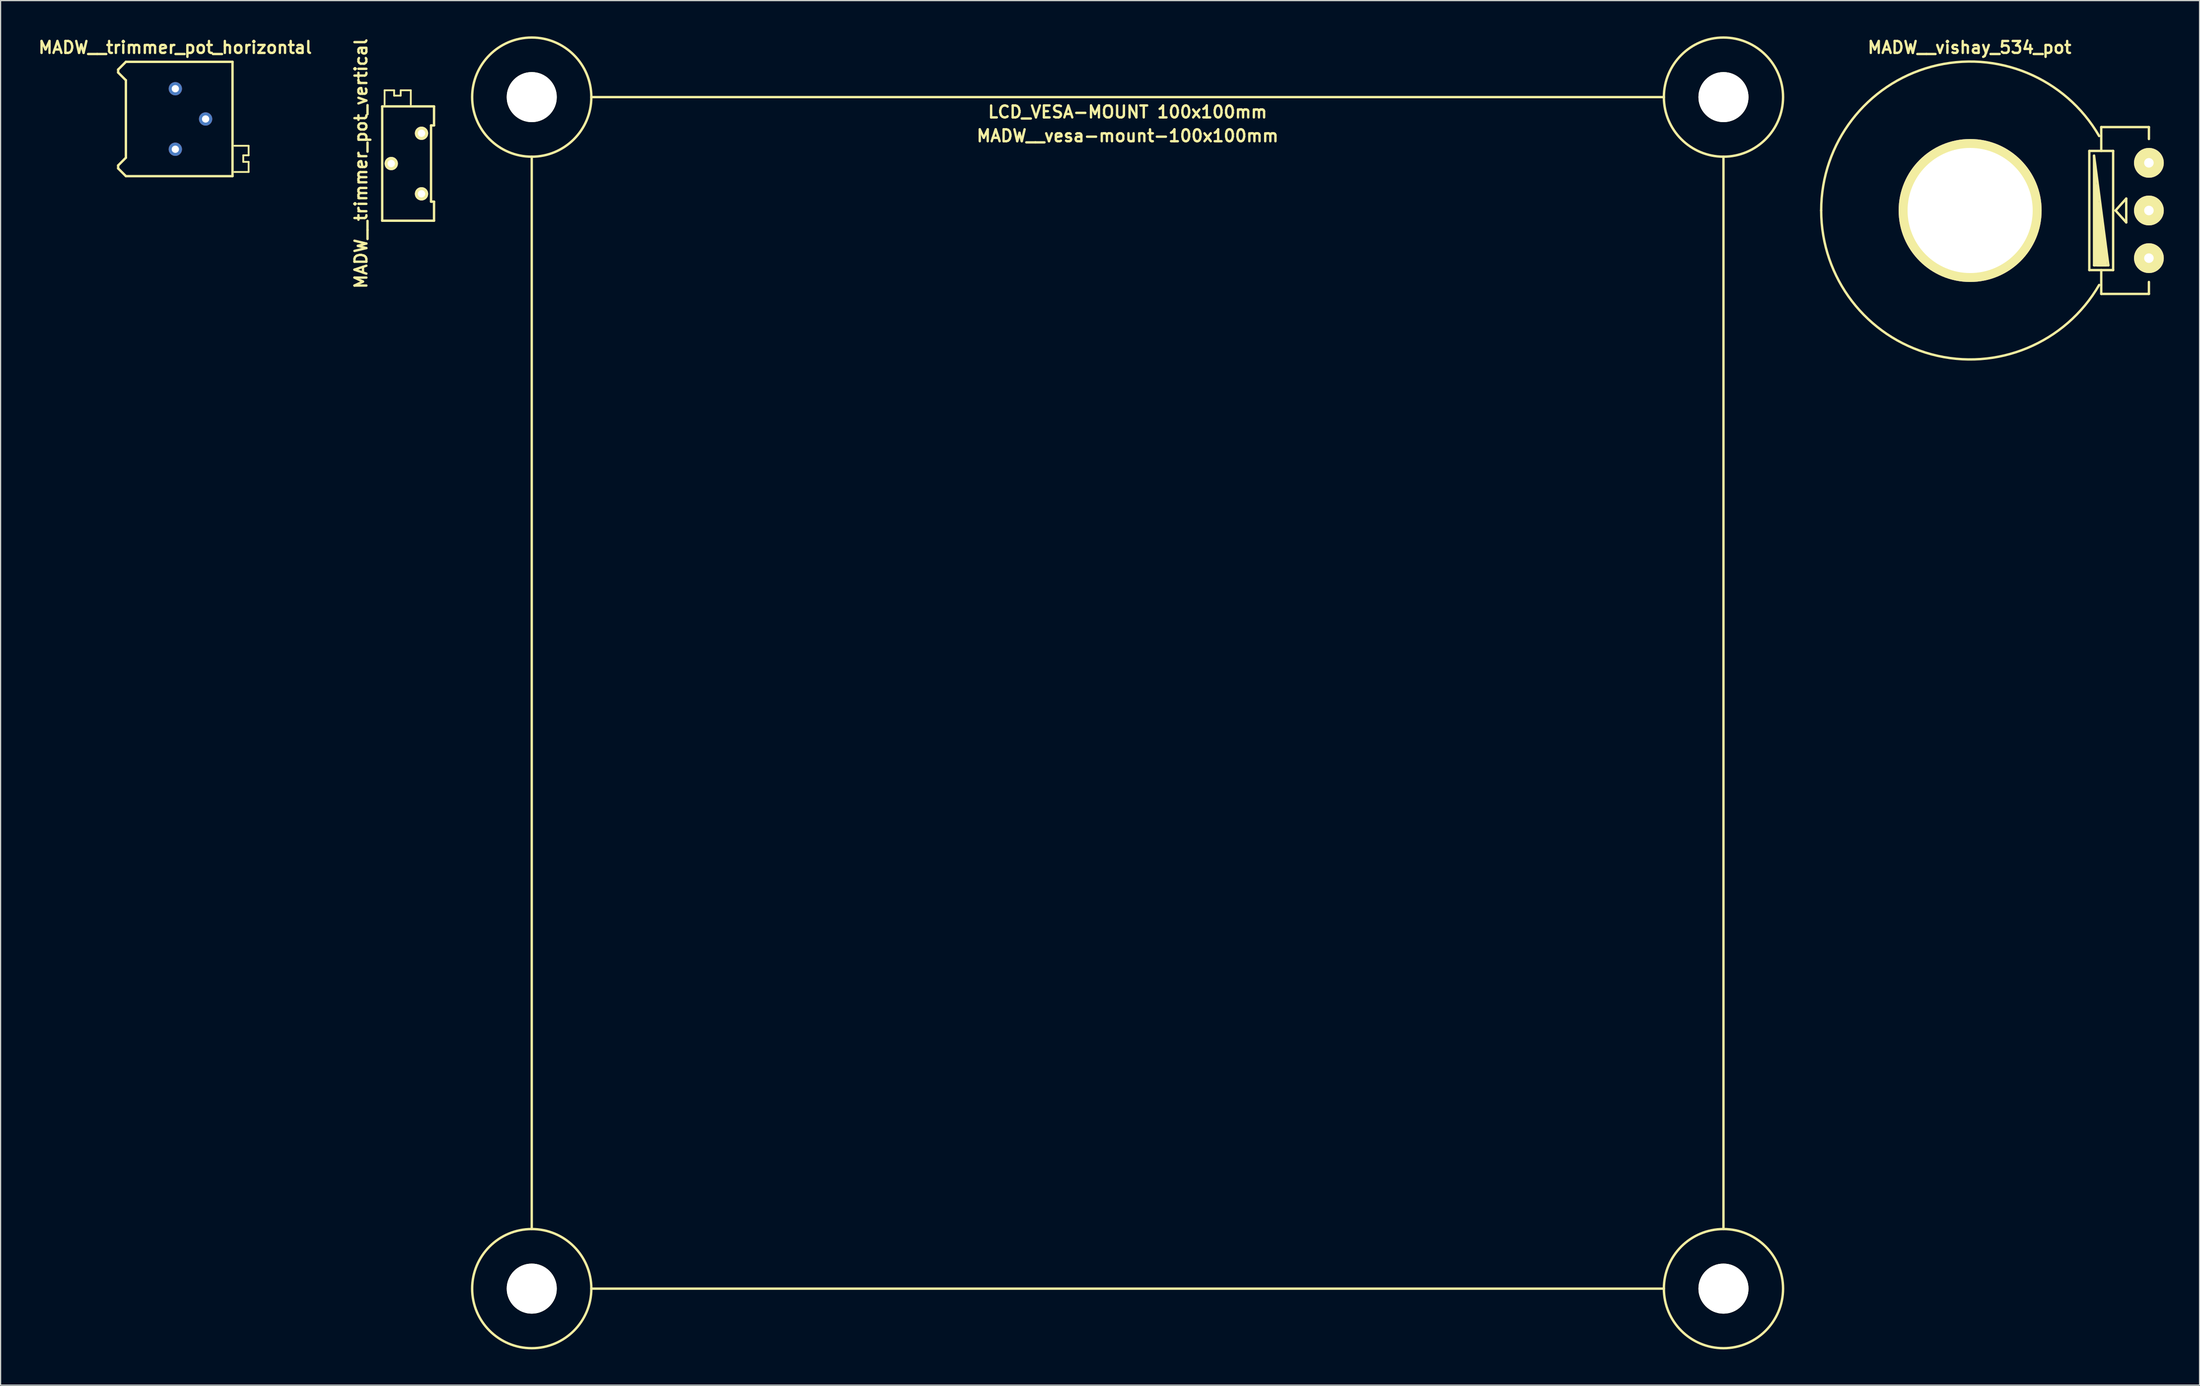
<source format=kicad_pcb>
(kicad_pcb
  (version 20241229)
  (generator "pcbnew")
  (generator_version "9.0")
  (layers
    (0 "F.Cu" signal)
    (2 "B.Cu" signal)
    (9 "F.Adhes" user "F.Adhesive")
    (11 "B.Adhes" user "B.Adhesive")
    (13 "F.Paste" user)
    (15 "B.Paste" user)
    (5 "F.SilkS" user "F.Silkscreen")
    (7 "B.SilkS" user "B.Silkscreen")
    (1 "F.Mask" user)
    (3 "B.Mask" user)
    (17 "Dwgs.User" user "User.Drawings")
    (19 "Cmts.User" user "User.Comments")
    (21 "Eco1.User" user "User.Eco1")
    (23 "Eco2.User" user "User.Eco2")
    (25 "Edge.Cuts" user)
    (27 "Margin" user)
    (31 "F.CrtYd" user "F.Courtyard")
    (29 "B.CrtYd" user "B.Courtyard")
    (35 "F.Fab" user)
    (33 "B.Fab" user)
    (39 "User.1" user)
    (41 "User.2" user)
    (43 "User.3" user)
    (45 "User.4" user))
  (footprint "MADW__vesa-mount-100x100mm"
    (layer "F.Cu")
    (at 91.57 55.1)
    (property "Reference" "MADW__vesa-mount-100x100mm" (at 0 -46.75 0) (layer "F.SilkS") (effects (font (size 1 1) (thickness 0.2))))
    (attr through_hole)
    (fp_line (start -50 -45) (end -50 45) (stroke (width 0.2) (type solid)) (layer "F.SilkS"))
    (fp_line (start -45 50) (end 45 50) (stroke (width 0.2) (type solid)) (layer "F.SilkS"))
    (fp_line (start 45 -50) (end -45 -50) (stroke (width 0.2) (type solid)) (layer "F.SilkS"))
    (fp_line (start 50 45) (end 50 -45) (stroke (width 0.2) (type solid)) (layer "F.SilkS"))
    (fp_circle (center -50 -50) (end -45 -50.05) (stroke (width 0.2) (type solid)) (fill no) (layer "F.SilkS"))
    (fp_circle (center -50 50) (end -45 50) (stroke (width 0.2) (type solid)) (fill no) (layer "F.SilkS"))
    (fp_circle (center 50 -50) (end 55 -50) (stroke (width 0.2) (type solid)) (fill no) (layer "F.SilkS"))
    (fp_circle (center 50 50) (end 45 50) (stroke (width 0.2) (type solid)) (fill no) (layer "F.SilkS"))
    (fp_text user "LCD_VESA-MOUNT 100x100mm" (at 0 -48.75 0) (layer "F.SilkS") (effects (font (size 1 1) (thickness 0.2))))
    (pad "" np_thru_hole circle (at -50 -50) (size 4.2 4.2) (drill 4.2) (layers "*.Cu" "F.Mask" "F.SilkS"))
    (pad "" np_thru_hole circle (at -50 50) (size 4.2 4.2) (drill 4.2) (layers "*.Cu" "F.Mask" "F.SilkS"))
    (pad "" np_thru_hole circle (at 50 -50) (size 4.2 4.2) (drill 4.2) (layers "*.Cu" "F.Mask" "F.SilkS"))
    (pad "" np_thru_hole circle (at 50 50) (size 4.2 4.2) (drill 4.2) (layers "*.Cu" "F.Mask" "F.SilkS")))
  (footprint "MADW__vishay_534_pot"
    (layer "F.Cu")
    (at 162.269 14.616)
    (property "Reference" "MADW__vishay_534_pot" (at -0.05 -13.68 0) (layer "F.SilkS") (effects (font (size 1 1) (thickness 0.2))))
    (attr through_hole)
    (fp_line (start 10 5.001) (end 10 -5.001) (stroke (width 0.2) (type solid)) (layer "F.SilkS"))
    (fp_line (start 10.003 -5.001) (end 12.002 -5.001) (stroke (width 0.2) (type solid)) (layer "F.SilkS"))
    (fp_line (start 10.399 -4.6) (end 10.399 4.6) (stroke (width 0.2) (type solid)) (layer "F.SilkS"))
    (fp_line (start 10.399 4.6) (end 11.6 4.6) (stroke (width 0.2) (type solid)) (layer "F.SilkS"))
    (fp_line (start 10.599 4.501) (end 10.5 -3.099) (stroke (width 0.2) (type solid)) (layer "F.SilkS"))
    (fp_line (start 10.701 4.6) (end 10.599 -2.101) (stroke (width 0.2) (type solid)) (layer "F.SilkS"))
    (fp_line (start 10.8 4.6) (end 10.701 -1.501) (stroke (width 0.2) (type solid)) (layer "F.SilkS"))
    (fp_line (start 10.899 4.6) (end 10.8 -0.599) (stroke (width 0.2) (type solid)) (layer "F.SilkS"))
    (fp_line (start 11.001 -7) (end 15.001 -7) (stroke (width 0.2) (type solid)) (layer "F.SilkS"))
    (fp_line (start 11.001 -5.001) (end 11.001 -7) (stroke (width 0.2) (type solid)) (layer "F.SilkS"))
    (fp_line (start 11.001 4.6) (end 10.899 -0.099) (stroke (width 0.2) (type solid)) (layer "F.SilkS"))
    (fp_line (start 11.001 5.001) (end 11.001 7) (stroke (width 0.2) (type solid)) (layer "F.SilkS"))
    (fp_line (start 11.001 7) (end 15.001 7) (stroke (width 0.2) (type solid)) (layer "F.SilkS"))
    (fp_line (start 11.1 4.6) (end 11.001 0.899) (stroke (width 0.2) (type solid)) (layer "F.SilkS"))
    (fp_line (start 11.199 4.6) (end 11.1 1.699) (stroke (width 0.2) (type solid)) (layer "F.SilkS"))
    (fp_line (start 11.3 4.6) (end 11.199 2.499) (stroke (width 0.2) (type solid)) (layer "F.SilkS"))
    (fp_line (start 11.4 4.6) (end 11.3 3.401) (stroke (width 0.2) (type solid)) (layer "F.SilkS"))
    (fp_line (start 11.6 4.6) (end 10.399 -4.6) (stroke (width 0.2) (type solid)) (layer "F.SilkS"))
    (fp_line (start 11.999 -5.001) (end 11.999 5.001) (stroke (width 0.2) (type solid)) (layer "F.SilkS"))
    (fp_line (start 11.999 5.001) (end 10 5.001) (stroke (width 0.2) (type solid)) (layer "F.SilkS"))
    (fp_line (start 12.2 0) (end 13.099 -1.001) (stroke (width 0.2) (type solid)) (layer "F.SilkS"))
    (fp_line (start 13.099 -1.001) (end 13.099 1.001) (stroke (width 0.2) (type solid)) (layer "F.SilkS"))
    (fp_line (start 13.099 1.001) (end 12.2 0) (stroke (width 0.2) (type solid)) (layer "F.SilkS"))
    (fp_line (start 15.001 -7) (end 15.001 -5.999) (stroke (width 0.2) (type solid)) (layer "F.SilkS"))
    (fp_line (start 15.001 7) (end 15.001 5.999) (stroke (width 0.2) (type solid)) (layer "F.SilkS"))
    (fp_arc (start -12.49934 0) (mid -3.235067 -12.073435) (end 10.824746 -6.24967) (stroke (width 0.2) (type solid)) (layer "F.SilkS"))
    (fp_arc (start 10.824746 6.24967) (mid -3.235067 12.073435) (end -12.49934 0) (stroke (width 0.2) (type solid)) (layer "F.SilkS"))
    (pad "1" thru_hole circle (at 15.001 -4) (size 2.499 2.499) (drill 0.8) (layers "*.Cu" "*.Mask" "F.SilkS"))
    (pad "2" thru_hole circle (at 15.001 0) (size 2.499 2.499) (drill 0.8) (layers "*.Cu" "*.Mask" "F.SilkS"))
    (pad "3" thru_hole circle (at 15.001 4) (size 2.499 2.499) (drill 0.8) (layers "*.Cu" "*.Mask" "F.SilkS"))
    (pad "4" thru_hole circle (at 0 0) (size 11.999 11.999) (drill 10.5) (layers "*.Cu" "*.Mask" "F.SilkS")))
  (footprint "MADW__trimmer_pot_horizontal"
    (layer "F.Cu")
    (at 11.662 6.936)
    (property "Reference" "MADW__trimmer_pot_horizontal" (at -0.01 -6 0) (layer "F.SilkS") (effects (font (size 1 1) (thickness 0.2))))
    (attr exclude_from_pos_files exclude_from_bom)
    (fp_line (start -4.798 -4.148) (end -4.148 -4.798) (stroke (width 0.2) (type solid)) (layer "F.SilkS"))
    (fp_line (start -4.798 -3.899) (end -4.798 -4.148) (stroke (width 0.2) (type solid)) (layer "F.SilkS"))
    (fp_line (start -4.798 3.899) (end -4.148 3.249) (stroke (width 0.2) (type solid)) (layer "F.SilkS"))
    (fp_line (start -4.798 4.148) (end -4.798 3.899) (stroke (width 0.2) (type solid)) (layer "F.SilkS"))
    (fp_line (start -4.148 -4.798) (end 4.798 -4.798) (stroke (width 0.2) (type solid)) (layer "F.SilkS"))
    (fp_line (start -4.148 -3.249) (end -4.798 -3.899) (stroke (width 0.2) (type solid)) (layer "F.SilkS"))
    (fp_line (start -4.148 3.249) (end -4.148 -3.249) (stroke (width 0.2) (type solid)) (layer "F.SilkS"))
    (fp_line (start -4.148 4.798) (end -4.798 4.148) (stroke (width 0.2) (type solid)) (layer "F.SilkS"))
    (fp_line (start 4.798 -4.798) (end 4.798 4.798) (stroke (width 0.2) (type solid)) (layer "F.SilkS"))
    (fp_line (start 4.798 4.798) (end -4.148 4.798) (stroke (width 0.2) (type solid)) (layer "F.SilkS"))
    (fp_line (start 4.948 2.248) (end 6.149 2.248) (stroke (width 0.152) (type solid)) (layer "F.SilkS"))
    (fp_line (start 5.7 3.048) (end 5.7 3.599) (stroke (width 0.152) (type solid)) (layer "F.SilkS"))
    (fp_line (start 5.7 3.599) (end 6.149 3.599) (stroke (width 0.152) (type solid)) (layer "F.SilkS"))
    (fp_line (start 6.149 2.248) (end 6.149 3.048) (stroke (width 0.152) (type solid)) (layer "F.SilkS"))
    (fp_line (start 6.149 3.048) (end 5.7 3.048) (stroke (width 0.152) (type solid)) (layer "F.SilkS"))
    (fp_line (start 6.149 3.599) (end 6.149 4.448) (stroke (width 0.152) (type solid)) (layer "F.SilkS"))
    (fp_line (start 6.149 4.448) (end 4.948 4.448) (stroke (width 0.152) (type solid)) (layer "F.SilkS"))
    (pad "1" thru_hole circle (at 0 2.54) (size 1.118 1.118) (drill 0.61) (layers "*.Cu" "*.Mask"))
    (pad "2" thru_hole circle (at 2.54 0) (size 1.118 1.118) (drill 0.61) (layers "*.Cu" "*.Mask"))
    (pad "3" thru_hole circle (at 0 -2.54) (size 1.118 1.118) (drill 0.61) (layers "*.Cu" "*.Mask")))
  (footprint "MADW__trimmer_pot_vertical"
    (layer "F.Cu")
    (at 32.321 10.676)
    (property "Reference" "MADW__trimmer_pot_vertical" (at -5.08 0 90) (layer "F.SilkS") (effects (font (size 1 1) (thickness 0.2))))
    (attr exclude_from_pos_files exclude_from_bom)
    (fp_line (start -3.299 -4.798) (end 1.049 -4.798) (stroke (width 0.2) (type solid)) (layer "F.SilkS"))
    (fp_line (start -3.299 4.798) (end -3.299 -4.798) (stroke (width 0.2) (type solid)) (layer "F.SilkS"))
    (fp_line (start -3.099 -6.149) (end -2.299 -6.149) (stroke (width 0.152) (type solid)) (layer "F.SilkS"))
    (fp_line (start -3.099 -4.948) (end -3.099 -6.149) (stroke (width 0.152) (type solid)) (layer "F.SilkS"))
    (fp_line (start -2.299 -6.149) (end -2.299 -5.7) (stroke (width 0.152) (type solid)) (layer "F.SilkS"))
    (fp_line (start -2.299 -5.7) (end -1.748 -5.7) (stroke (width 0.152) (type solid)) (layer "F.SilkS"))
    (fp_line (start -1.748 -6.149) (end -0.899 -6.149) (stroke (width 0.152) (type solid)) (layer "F.SilkS"))
    (fp_line (start -1.748 -5.7) (end -1.748 -6.149) (stroke (width 0.152) (type solid)) (layer "F.SilkS"))
    (fp_line (start -0.899 -6.149) (end -0.899 -4.948) (stroke (width 0.152) (type solid)) (layer "F.SilkS"))
    (fp_line (start 0.798 -3.198) (end 0.798 3.198) (stroke (width 0.2) (type solid)) (layer "F.SilkS"))
    (fp_line (start 0.798 3.198) (end 1.049 3.198) (stroke (width 0.2) (type solid)) (layer "F.SilkS"))
    (fp_line (start 1.049 -4.798) (end 1.049 -3.198) (stroke (width 0.2) (type solid)) (layer "F.SilkS"))
    (fp_line (start 1.049 -3.198) (end 0.798 -3.198) (stroke (width 0.2) (type solid)) (layer "F.SilkS"))
    (fp_line (start 1.049 3.198) (end 1.049 4.798) (stroke (width 0.2) (type solid)) (layer "F.SilkS"))
    (fp_line (start 1.049 4.798) (end -3.299 4.798) (stroke (width 0.2) (type solid)) (layer "F.SilkS"))
    (pad "1" thru_hole circle (at 0 2.54) (size 1.118 1.118) (drill 0.61) (layers "*.Cu" "*.Mask" "F.SilkS"))
    (pad "2" thru_hole circle (at -2.54 0) (size 1.118 1.118) (drill 0.61) (layers "*.Cu" "*.Mask" "F.SilkS"))
    (pad "3" thru_hole circle (at 0 -2.54) (size 1.118 1.118) (drill 0.61) (layers "*.Cu" "*.Mask" "F.SilkS")))
  (gr_rect
    (start -3 -3)
    (end 181.52 113.2)
    (stroke (width 0.1) (type default))
    (fill no)
    (layer "Edge.Cuts")))
</source>
